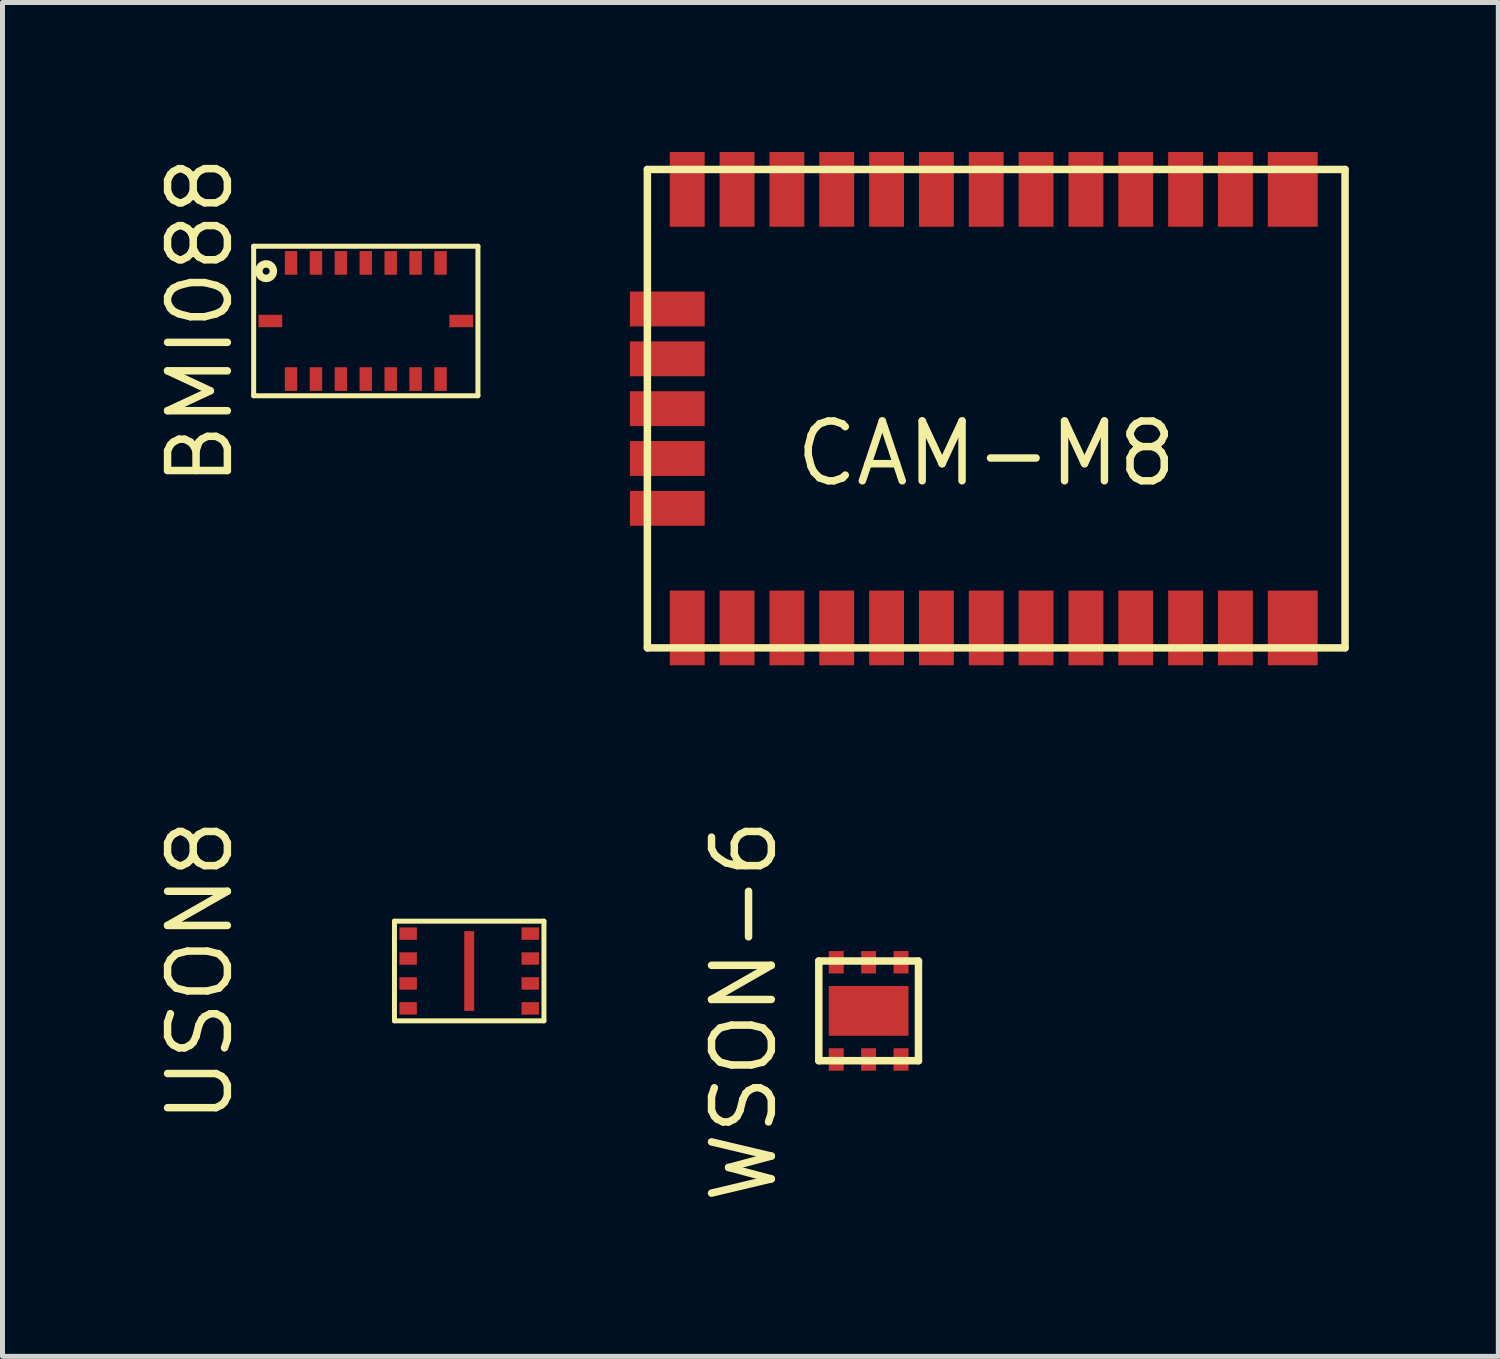
<source format=kicad_pcb>
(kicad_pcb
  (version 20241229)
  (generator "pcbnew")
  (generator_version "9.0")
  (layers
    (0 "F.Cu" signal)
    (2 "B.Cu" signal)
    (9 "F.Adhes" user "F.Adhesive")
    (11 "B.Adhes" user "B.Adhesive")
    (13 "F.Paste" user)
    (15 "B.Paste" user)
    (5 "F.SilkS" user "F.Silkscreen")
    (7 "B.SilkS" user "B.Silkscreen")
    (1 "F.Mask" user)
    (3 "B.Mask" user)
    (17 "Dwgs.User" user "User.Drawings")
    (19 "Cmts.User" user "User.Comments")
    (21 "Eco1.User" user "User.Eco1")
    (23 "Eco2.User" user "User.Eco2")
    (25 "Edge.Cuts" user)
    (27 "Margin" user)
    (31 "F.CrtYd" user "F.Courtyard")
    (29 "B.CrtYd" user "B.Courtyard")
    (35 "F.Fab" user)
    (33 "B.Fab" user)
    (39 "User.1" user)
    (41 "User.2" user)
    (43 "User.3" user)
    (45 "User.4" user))
  (footprint "WSON-6"
    (layer "F.Cu")
    (at 14.38 17.234)
    (property "Reference" "WSON-6" (at -2.5 0 90) (layer "F.SilkS") (effects (font (size 1.2 1.2) (thickness 0.15))))
    (attr through_hole)
    (fp_line (start -1 -1) (end 1 -1) (stroke (width 0.15) (type solid)) (layer "F.SilkS"))
    (fp_line (start -1 1) (end -1 -1) (stroke (width 0.15) (type solid)) (layer "F.SilkS"))
    (fp_line (start 1 -1) (end 1 1) (stroke (width 0.15) (type solid)) (layer "F.SilkS"))
    (fp_line (start 1 1) (end -1 1) (stroke (width 0.15) (type solid)) (layer "F.SilkS"))
    (pad "1" smd rect (at -0.65 0.975) (size 0.3 0.45) (layers "F.Cu" "F.Mask" "F.Paste"))
    (pad "2" smd rect (at 0 0.975) (size 0.3 0.45) (layers "F.Cu" "F.Mask" "F.Paste"))
    (pad "3" smd rect (at 0.65 0.975) (size 0.3 0.45) (layers "F.Cu" "F.Mask" "F.Paste"))
    (pad "4" smd rect (at 0.65 -0.975) (size 0.3 0.45) (layers "F.Cu" "F.Mask" "F.Paste"))
    (pad "5" smd rect (at 0 -0.975) (size 0.3 0.45) (layers "F.Cu" "F.Mask" "F.Paste"))
    (pad "6" smd rect (at -0.65 -0.975) (size 0.3 0.45) (layers "F.Cu" "F.Mask" "F.Paste"))
    (pad "7" smd rect (at 0 0 90) (size 1 1.6) (layers "F.Cu" "F.Mask" "F.Paste")))
  (footprint "BMI088"
    (layer "F.Cu")
    (at 4.29 3.391)
    (property "Reference" "BMI088" (at -3.325 0 90) (layer "F.SilkS") (effects (font (size 1.2 1.2) (thickness 0.15))))
    (attr through_hole)
    (fp_line (start -2.25 -1.5) (end -2.25 1.5) (stroke (width 0.1) (type solid)) (layer "F.SilkS"))
    (fp_line (start -2.25 1.5) (end 2.25 1.5) (stroke (width 0.1) (type solid)) (layer "F.SilkS"))
    (fp_line (start 2.25 -1.5) (end -2.25 -1.5) (stroke (width 0.1) (type solid)) (layer "F.SilkS"))
    (fp_line (start 2.25 1.5) (end 2.25 -1.5) (stroke (width 0.1) (type solid)) (layer "F.SilkS"))
    (fp_circle (center -2 -1) (end -1.875 -0.925) (stroke (width 0.15) (type solid)) (fill no) (layer "F.SilkS"))
    (pad "1" smd rect (at -1.5 -1.165) (size 0.25 0.475) (layers "F.Cu" "F.Mask" "F.Paste"))
    (pad "2" smd rect (at -1 -1.165) (size 0.25 0.475) (layers "F.Cu" "F.Mask" "F.Paste"))
    (pad "3" smd rect (at -0.5 -1.165) (size 0.25 0.475) (layers "F.Cu" "F.Mask" "F.Paste"))
    (pad "4" smd rect (at 0 -1.165) (size 0.25 0.475) (layers "F.Cu" "F.Mask" "F.Paste"))
    (pad "5" smd rect (at 0.5 -1.165) (size 0.25 0.475) (layers "F.Cu" "F.Mask" "F.Paste"))
    (pad "6" smd rect (at 1 -1.165) (size 0.25 0.475) (layers "F.Cu" "F.Mask" "F.Paste"))
    (pad "7" smd rect (at 1.5 -1.165) (size 0.25 0.475) (layers "F.Cu" "F.Mask" "F.Paste"))
    (pad "8" smd rect (at 1.915 0 90) (size 0.25 0.475) (layers "F.Cu" "F.Mask" "F.Paste"))
    (pad "9" smd rect (at 1.5 1.165) (size 0.25 0.475) (layers "F.Cu" "F.Mask" "F.Paste"))
    (pad "10" smd rect (at 1 1.165) (size 0.25 0.475) (layers "F.Cu" "F.Mask" "F.Paste"))
    (pad "11" smd rect (at 0.5 1.165) (size 0.25 0.475) (layers "F.Cu" "F.Mask" "F.Paste"))
    (pad "12" smd rect (at 0 1.165) (size 0.25 0.475) (layers "F.Cu" "F.Mask" "F.Paste"))
    (pad "13" smd rect (at -0.5 1.165) (size 0.25 0.475) (layers "F.Cu" "F.Mask" "F.Paste"))
    (pad "14" smd rect (at -1 1.165) (size 0.25 0.475) (layers "F.Cu" "F.Mask" "F.Paste"))
    (pad "15" smd rect (at -1.5 1.165) (size 0.25 0.475) (layers "F.Cu" "F.Mask" "F.Paste"))
    (pad "16" smd rect (at -1.915 0 90) (size 0.25 0.475) (layers "F.Cu" "F.Mask" "F.Paste")))
  (footprint "CAM-M8"
    (layer "F.Cu")
    (at 16.24 5.15)
    (property "Reference" "CAM-M8" (at 0.5 0.9 180) (layer "F.SilkS") (effects (font (size 1.2 1.2) (thickness 0.15))))
    (attr through_hole)
    (fp_line (start -6.3 -4.8) (end -6.3 4.8) (stroke (width 0.15) (type solid)) (layer "F.SilkS"))
    (fp_line (start -6.3 4.8) (end 7.7 4.8) (stroke (width 0.15) (type solid)) (layer "F.SilkS"))
    (fp_line (start 7.7 -4.8) (end -6.3 -4.8) (stroke (width 0.15) (type solid)) (layer "F.SilkS"))
    (fp_line (start 7.7 4.8) (end 7.7 -4.8) (stroke (width 0.15) (type solid)) (layer "F.SilkS"))
    (pad "1" smd rect (at -5.5 4.4) (size 0.7 1.5) (layers "F.Cu" "F.Mask" "F.Paste"))
    (pad "2" smd rect (at -4.5 4.4) (size 0.7 1.5) (layers "F.Cu" "F.Mask" "F.Paste"))
    (pad "3" smd rect (at -3.5 4.4) (size 0.7 1.5) (layers "F.Cu" "F.Mask" "F.Paste"))
    (pad "4" smd rect (at -2.5 4.4) (size 0.7 1.5) (layers "F.Cu" "F.Mask" "F.Paste"))
    (pad "5" smd rect (at -1.5 4.4) (size 0.7 1.5) (layers "F.Cu" "F.Mask" "F.Paste"))
    (pad "6" smd rect (at -0.5 4.4) (size 0.7 1.5) (layers "F.Cu" "F.Mask" "F.Paste"))
    (pad "7" smd rect (at 0.5 4.4) (size 0.7 1.5) (layers "F.Cu" "F.Mask" "F.Paste"))
    (pad "8" smd rect (at 1.5 4.4) (size 0.7 1.5) (layers "F.Cu" "F.Mask" "F.Paste"))
    (pad "9" smd rect (at 2.5 4.4) (size 0.7 1.5) (layers "F.Cu" "F.Mask" "F.Paste"))
    (pad "10" smd rect (at 3.5 4.4) (size 0.7 1.5) (layers "F.Cu" "F.Mask" "F.Paste"))
    (pad "11" smd rect (at 4.5 4.4) (size 0.7 1.5) (layers "F.Cu" "F.Mask" "F.Paste"))
    (pad "12" smd rect (at 5.5 4.4) (size 0.7 1.5) (layers "F.Cu" "F.Mask" "F.Paste"))
    (pad "13" smd rect (at 6.65 4.4) (size 1 1.5) (layers "F.Cu" "F.Mask" "F.Paste"))
    (pad "14" smd rect (at 6.65 -4.4) (size 1 1.5) (layers "F.Cu" "F.Mask" "F.Paste"))
    (pad "15" smd rect (at 5.5 -4.4) (size 0.7 1.5) (layers "F.Cu" "F.Mask" "F.Paste"))
    (pad "16" smd rect (at 4.5 -4.4) (size 0.7 1.5) (layers "F.Cu" "F.Mask" "F.Paste"))
    (pad "17" smd rect (at 3.5 -4.4) (size 0.7 1.5) (layers "F.Cu" "F.Mask" "F.Paste"))
    (pad "18" smd rect (at 2.5 -4.4) (size 0.7 1.5) (layers "F.Cu" "F.Mask" "F.Paste"))
    (pad "19" smd rect (at 1.5 -4.4) (size 0.7 1.5) (layers "F.Cu" "F.Mask" "F.Paste"))
    (pad "20" smd rect (at 0.5 -4.4) (size 0.7 1.5) (layers "F.Cu" "F.Mask" "F.Paste"))
    (pad "21" smd rect (at -0.5 -4.4) (size 0.7 1.5) (layers "F.Cu" "F.Mask" "F.Paste"))
    (pad "22" smd rect (at -1.5 -4.4) (size 0.7 1.5) (layers "F.Cu" "F.Mask" "F.Paste"))
    (pad "23" smd rect (at -2.5 -4.4) (size 0.7 1.5) (layers "F.Cu" "F.Mask" "F.Paste"))
    (pad "24" smd rect (at -3.5 -4.4) (size 0.7 1.5) (layers "F.Cu" "F.Mask" "F.Paste"))
    (pad "25" smd rect (at -4.5 -4.4) (size 0.7 1.5) (layers "F.Cu" "F.Mask" "F.Paste"))
    (pad "26" smd rect (at -5.5 -4.4) (size 0.7 1.5) (layers "F.Cu" "F.Mask" "F.Paste"))
    (pad "27" smd rect (at -5.9 -2 90) (size 0.7 1.5) (layers "F.Cu" "F.Mask" "F.Paste"))
    (pad "28" smd rect (at -5.9 -1 90) (size 0.7 1.5) (layers "F.Cu" "F.Mask" "F.Paste"))
    (pad "29" smd rect (at -5.9 0 90) (size 0.7 1.5) (layers "F.Cu" "F.Mask" "F.Paste"))
    (pad "30" smd rect (at -5.9 1 90) (size 0.7 1.5) (layers "F.Cu" "F.Mask" "F.Paste"))
    (pad "31" smd rect (at -5.9 2 90) (size 0.7 1.5) (layers "F.Cu" "F.Mask" "F.Paste")))
  (footprint "USON8"
    (layer "F.Cu")
    (at 6.365 16.434)
    (property "Reference" "USON8" (at -5.4 0 90) (layer "F.SilkS") (effects (font (size 1.2 1.2) (thickness 0.15))))
    (attr through_hole)
    (fp_line (start -1.5 -1) (end -1.5 1) (stroke (width 0.1) (type solid)) (layer "F.SilkS"))
    (fp_line (start -1.5 1) (end 1.5 1) (stroke (width 0.1) (type solid)) (layer "F.SilkS"))
    (fp_line (start 1.5 -1) (end -1.5 -1) (stroke (width 0.1) (type solid)) (layer "F.SilkS"))
    (fp_line (start 1.5 1) (end 1.5 -1) (stroke (width 0.1) (type solid)) (layer "F.SilkS"))
    (pad "1" smd rect (at -1.225 -0.75 270) (size 0.25 0.35) (layers "F.Cu" "F.Mask" "F.Paste"))
    (pad "2" smd rect (at -1.225 -0.25 270) (size 0.25 0.35) (layers "F.Cu" "F.Mask" "F.Paste"))
    (pad "3" smd rect (at -1.225 0.25 270) (size 0.25 0.35) (layers "F.Cu" "F.Mask" "F.Paste"))
    (pad "4" smd rect (at -1.225 0.75 270) (size 0.25 0.35) (layers "F.Cu" "F.Mask" "F.Paste"))
    (pad "5" smd rect (at 1.225 0.75 270) (size 0.25 0.35) (layers "F.Cu" "F.Mask" "F.Paste"))
    (pad "6" smd rect (at 1.225 0.25 270) (size 0.25 0.35) (layers "F.Cu" "F.Mask" "F.Paste"))
    (pad "7" smd rect (at 1.225 -0.25 270) (size 0.25 0.35) (layers "F.Cu" "F.Mask" "F.Paste"))
    (pad "8" smd rect (at 1.225 -0.75 270) (size 0.25 0.35) (layers "F.Cu" "F.Mask" "F.Paste"))
    (pad "9" smd rect (at 0 0) (size 0.2 1.6) (layers "F.Cu" "F.Mask" "F.Paste")))
  (gr_rect
    (start -3 -3)
    (end 27.015 24.167)
    (stroke (width 0.1) (type default))
    (fill no)
    (layer "Edge.Cuts")))
</source>
